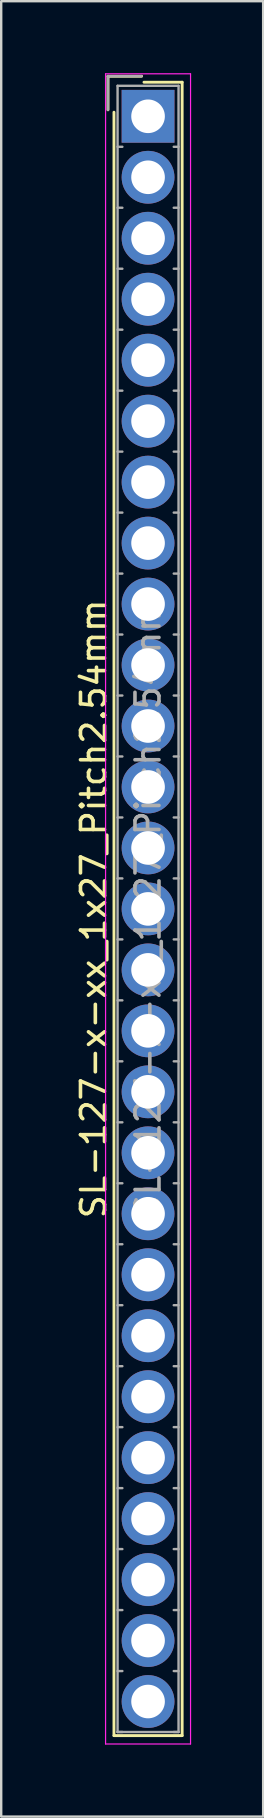
<source format=kicad_pcb>
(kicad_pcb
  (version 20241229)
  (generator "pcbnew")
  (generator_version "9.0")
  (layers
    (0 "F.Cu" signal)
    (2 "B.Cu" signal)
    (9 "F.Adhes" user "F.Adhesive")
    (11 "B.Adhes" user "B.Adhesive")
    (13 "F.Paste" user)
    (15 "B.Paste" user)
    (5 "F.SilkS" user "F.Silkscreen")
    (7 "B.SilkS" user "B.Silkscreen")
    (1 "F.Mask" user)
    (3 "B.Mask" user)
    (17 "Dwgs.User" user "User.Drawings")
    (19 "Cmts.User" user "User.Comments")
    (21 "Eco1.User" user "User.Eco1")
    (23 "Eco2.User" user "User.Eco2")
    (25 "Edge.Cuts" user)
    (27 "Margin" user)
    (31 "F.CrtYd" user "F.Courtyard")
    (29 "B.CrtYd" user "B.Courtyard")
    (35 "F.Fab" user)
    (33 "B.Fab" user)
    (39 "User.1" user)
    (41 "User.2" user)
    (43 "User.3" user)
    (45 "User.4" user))
  (footprint "SL-127-x-xx_1x27_Pitch2.54mm"
    (layer "F.Cu")
    (at 3.118 1.795)
    (property "Reference" "SL-127-x-xx_1x27_Pitch2.54mm" (at -2.27 33.02 90) (layer "F.SilkS") (effects (font (size 1 1) (thickness 0.15))))
    (attr through_hole)
    (fp_line (start -1.67 -1.67) (end -1.67 -0.27) (stroke (width 0.12) (type solid)) (layer "F.SilkS"))
    (fp_line (start -1.42 67.46) (end -1.42 -0.17) (stroke (width 0.12) (type solid)) (layer "F.SilkS"))
    (fp_line (start -0.27 -1.67) (end -1.67 -1.67) (stroke (width 0.12) (type solid)) (layer "F.SilkS"))
    (fp_line (start -0.17 -1.42) (end 1.42 -1.42) (stroke (width 0.12) (type solid)) (layer "F.SilkS"))
    (fp_line (start 1.42 -1.42) (end 1.42 67.46) (stroke (width 0.12) (type solid)) (layer "F.SilkS"))
    (fp_line (start 1.42 67.46) (end -1.42 67.46) (stroke (width 0.12) (type solid)) (layer "F.SilkS"))
    (fp_line (start -1.77 -1.77) (end -1.77 67.81) (stroke (width 0.05) (type solid)) (layer "F.CrtYd"))
    (fp_line (start -1.77 67.81) (end 1.77 67.81) (stroke (width 0.05) (type solid)) (layer "F.CrtYd"))
    (fp_line (start 1.77 -1.77) (end -1.77 -1.77) (stroke (width 0.05) (type solid)) (layer "F.CrtYd"))
    (fp_line (start 1.77 67.81) (end 1.77 -1.77) (stroke (width 0.05) (type solid)) (layer "F.CrtYd"))
    (fp_line (start -1.67 -1.67) (end -1.67 -0.27) (stroke (width 0.1) (type solid)) (layer "F.Fab"))
    (fp_line (start -1.27 -1.27) (end -1.27 67.31) (stroke (width 0.1) (type solid)) (layer "F.Fab"))
    (fp_line (start -1.27 1.27) (end -1.07 1.27) (stroke (width 0.1) (type solid)) (layer "F.Fab"))
    (fp_line (start -1.27 3.81) (end -1.07 3.81) (stroke (width 0.1) (type solid)) (layer "F.Fab"))
    (fp_line (start -1.27 6.35) (end -1.07 6.35) (stroke (width 0.1) (type solid)) (layer "F.Fab"))
    (fp_line (start -1.27 8.89) (end -1.07 8.89) (stroke (width 0.1) (type solid)) (layer "F.Fab"))
    (fp_line (start -1.27 11.43) (end -1.07 11.43) (stroke (width 0.1) (type solid)) (layer "F.Fab"))
    (fp_line (start -1.27 13.97) (end -1.07 13.97) (stroke (width 0.1) (type solid)) (layer "F.Fab"))
    (fp_line (start -1.27 16.51) (end -1.07 16.51) (stroke (width 0.1) (type solid)) (layer "F.Fab"))
    (fp_line (start -1.27 19.05) (end -1.07 19.05) (stroke (width 0.1) (type solid)) (layer "F.Fab"))
    (fp_line (start -1.27 21.59) (end -1.07 21.59) (stroke (width 0.1) (type solid)) (layer "F.Fab"))
    (fp_line (start -1.27 24.13) (end -1.07 24.13) (stroke (width 0.1) (type solid)) (layer "F.Fab"))
    (fp_line (start -1.27 26.67) (end -1.07 26.67) (stroke (width 0.1) (type solid)) (layer "F.Fab"))
    (fp_line (start -1.27 29.21) (end -1.07 29.21) (stroke (width 0.1) (type solid)) (layer "F.Fab"))
    (fp_line (start -1.27 31.75) (end -1.07 31.75) (stroke (width 0.1) (type solid)) (layer "F.Fab"))
    (fp_line (start -1.27 34.29) (end -1.07 34.29) (stroke (width 0.1) (type solid)) (layer "F.Fab"))
    (fp_line (start -1.27 36.83) (end -1.07 36.83) (stroke (width 0.1) (type solid)) (layer "F.Fab"))
    (fp_line (start -1.27 39.37) (end -1.07 39.37) (stroke (width 0.1) (type solid)) (layer "F.Fab"))
    (fp_line (start -1.27 41.91) (end -1.07 41.91) (stroke (width 0.1) (type solid)) (layer "F.Fab"))
    (fp_line (start -1.27 44.45) (end -1.07 44.45) (stroke (width 0.1) (type solid)) (layer "F.Fab"))
    (fp_line (start -1.27 46.99) (end -1.07 46.99) (stroke (width 0.1) (type solid)) (layer "F.Fab"))
    (fp_line (start -1.27 49.53) (end -1.07 49.53) (stroke (width 0.1) (type solid)) (layer "F.Fab"))
    (fp_line (start -1.27 52.07) (end -1.07 52.07) (stroke (width 0.1) (type solid)) (layer "F.Fab"))
    (fp_line (start -1.27 54.61) (end -1.07 54.61) (stroke (width 0.1) (type solid)) (layer "F.Fab"))
    (fp_line (start -1.27 57.15) (end -1.07 57.15) (stroke (width 0.1) (type solid)) (layer "F.Fab"))
    (fp_line (start -1.27 59.69) (end -1.07 59.69) (stroke (width 0.1) (type solid)) (layer "F.Fab"))
    (fp_line (start -1.27 62.23) (end -1.07 62.23) (stroke (width 0.1) (type solid)) (layer "F.Fab"))
    (fp_line (start -1.27 64.77) (end -1.07 64.77) (stroke (width 0.1) (type solid)) (layer "F.Fab"))
    (fp_line (start -1.27 67.31) (end -1.07 67.31) (stroke (width 0.1) (type solid)) (layer "F.Fab"))
    (fp_line (start -1.27 67.31) (end 1.27 67.31) (stroke (width 0.1) (type solid)) (layer "F.Fab"))
    (fp_line (start -0.27 -1.67) (end -1.67 -1.67) (stroke (width 0.1) (type solid)) (layer "F.Fab"))
    (fp_line (start 1.27 -1.27) (end -1.27 -1.27) (stroke (width 0.1) (type solid)) (layer "F.Fab"))
    (fp_line (start 1.27 1.27) (end 1.07 1.27) (stroke (width 0.1) (type solid)) (layer "F.Fab"))
    (fp_line (start 1.27 3.81) (end 1.07 3.81) (stroke (width 0.1) (type solid)) (layer "F.Fab"))
    (fp_line (start 1.27 6.35) (end 1.07 6.35) (stroke (width 0.1) (type solid)) (layer "F.Fab"))
    (fp_line (start 1.27 8.89) (end 1.07 8.89) (stroke (width 0.1) (type solid)) (layer "F.Fab"))
    (fp_line (start 1.27 11.43) (end 1.07 11.43) (stroke (width 0.1) (type solid)) (layer "F.Fab"))
    (fp_line (start 1.27 13.97) (end 1.07 13.97) (stroke (width 0.1) (type solid)) (layer "F.Fab"))
    (fp_line (start 1.27 16.51) (end 1.07 16.51) (stroke (width 0.1) (type solid)) (layer "F.Fab"))
    (fp_line (start 1.27 19.05) (end 1.07 19.05) (stroke (width 0.1) (type solid)) (layer "F.Fab"))
    (fp_line (start 1.27 21.59) (end 1.07 21.59) (stroke (width 0.1) (type solid)) (layer "F.Fab"))
    (fp_line (start 1.27 24.13) (end 1.07 24.13) (stroke (width 0.1) (type solid)) (layer "F.Fab"))
    (fp_line (start 1.27 26.67) (end 1.07 26.67) (stroke (width 0.1) (type solid)) (layer "F.Fab"))
    (fp_line (start 1.27 29.21) (end 1.07 29.21) (stroke (width 0.1) (type solid)) (layer "F.Fab"))
    (fp_line (start 1.27 31.75) (end 1.07 31.75) (stroke (width 0.1) (type solid)) (layer "F.Fab"))
    (fp_line (start 1.27 34.29) (end 1.07 34.29) (stroke (width 0.1) (type solid)) (layer "F.Fab"))
    (fp_line (start 1.27 36.83) (end 1.07 36.83) (stroke (width 0.1) (type solid)) (layer "F.Fab"))
    (fp_line (start 1.27 39.37) (end 1.07 39.37) (stroke (width 0.1) (type solid)) (layer "F.Fab"))
    (fp_line (start 1.27 41.91) (end 1.07 41.91) (stroke (width 0.1) (type solid)) (layer "F.Fab"))
    (fp_line (start 1.27 44.45) (end 1.07 44.45) (stroke (width 0.1) (type solid)) (layer "F.Fab"))
    (fp_line (start 1.27 46.99) (end 1.07 46.99) (stroke (width 0.1) (type solid)) (layer "F.Fab"))
    (fp_line (start 1.27 49.53) (end 1.07 49.53) (stroke (width 0.1) (type solid)) (layer "F.Fab"))
    (fp_line (start 1.27 52.07) (end 1.07 52.07) (stroke (width 0.1) (type solid)) (layer "F.Fab"))
    (fp_line (start 1.27 54.61) (end 1.07 54.61) (stroke (width 0.1) (type solid)) (layer "F.Fab"))
    (fp_line (start 1.27 57.15) (end 1.07 57.15) (stroke (width 0.1) (type solid)) (layer "F.Fab"))
    (fp_line (start 1.27 59.69) (end 1.07 59.69) (stroke (width 0.1) (type solid)) (layer "F.Fab"))
    (fp_line (start 1.27 62.23) (end 1.07 62.23) (stroke (width 0.1) (type solid)) (layer "F.Fab"))
    (fp_line (start 1.27 64.77) (end 1.07 64.77) (stroke (width 0.1) (type solid)) (layer "F.Fab"))
    (fp_line (start 1.27 67.31) (end 1.07 67.31) (stroke (width 0.1) (type solid)) (layer "F.Fab"))
    (fp_line (start 1.27 67.31) (end 1.27 -1.27) (stroke (width 0.1) (type solid)) (layer "F.Fab"))
    (fp_text user "${REFERENCE}" (at 0 33.02 90) (layer "F.Fab") (effects (font (size 1 1) (thickness 0.15))))
    (pad "1" thru_hole rect (at 0 0) (size 2.2 2.2) (drill 1.4) (layers "*.Cu" "*.Mask"))
    (pad "2" thru_hole circle (at 0 2.54) (size 2.2 2.2) (drill 1.4) (layers "*.Cu" "*.Mask"))
    (pad "3" thru_hole circle (at 0 5.08) (size 2.2 2.2) (drill 1.4) (layers "*.Cu" "*.Mask"))
    (pad "4" thru_hole circle (at 0 7.62) (size 2.2 2.2) (drill 1.4) (layers "*.Cu" "*.Mask"))
    (pad "5" thru_hole circle (at 0 10.16) (size 2.2 2.2) (drill 1.4) (layers "*.Cu" "*.Mask"))
    (pad "6" thru_hole circle (at 0 12.7) (size 2.2 2.2) (drill 1.4) (layers "*.Cu" "*.Mask"))
    (pad "7" thru_hole circle (at 0 15.24) (size 2.2 2.2) (drill 1.4) (layers "*.Cu" "*.Mask"))
    (pad "8" thru_hole circle (at 0 17.78) (size 2.2 2.2) (drill 1.4) (layers "*.Cu" "*.Mask"))
    (pad "9" thru_hole circle (at 0 20.32) (size 2.2 2.2) (drill 1.4) (layers "*.Cu" "*.Mask"))
    (pad "10" thru_hole circle (at 0 22.86) (size 2.2 2.2) (drill 1.4) (layers "*.Cu" "*.Mask"))
    (pad "11" thru_hole circle (at 0 25.4) (size 2.2 2.2) (drill 1.4) (layers "*.Cu" "*.Mask"))
    (pad "12" thru_hole circle (at 0 27.94) (size 2.2 2.2) (drill 1.4) (layers "*.Cu" "*.Mask"))
    (pad "13" thru_hole circle (at 0 30.48) (size 2.2 2.2) (drill 1.4) (layers "*.Cu" "*.Mask"))
    (pad "14" thru_hole circle (at 0 33.02) (size 2.2 2.2) (drill 1.4) (layers "*.Cu" "*.Mask"))
    (pad "15" thru_hole circle (at 0 35.56) (size 2.2 2.2) (drill 1.4) (layers "*.Cu" "*.Mask"))
    (pad "16" thru_hole circle (at 0 38.1) (size 2.2 2.2) (drill 1.4) (layers "*.Cu" "*.Mask"))
    (pad "17" thru_hole circle (at 0 40.64) (size 2.2 2.2) (drill 1.4) (layers "*.Cu" "*.Mask"))
    (pad "18" thru_hole circle (at 0 43.18) (size 2.2 2.2) (drill 1.4) (layers "*.Cu" "*.Mask"))
    (pad "19" thru_hole circle (at 0 45.72) (size 2.2 2.2) (drill 1.4) (layers "*.Cu" "*.Mask"))
    (pad "20" thru_hole circle (at 0 48.26) (size 2.2 2.2) (drill 1.4) (layers "*.Cu" "*.Mask"))
    (pad "21" thru_hole circle (at 0 50.8) (size 2.2 2.2) (drill 1.4) (layers "*.Cu" "*.Mask"))
    (pad "22" thru_hole circle (at 0 53.34) (size 2.2 2.2) (drill 1.4) (layers "*.Cu" "*.Mask"))
    (pad "23" thru_hole circle (at 0 55.88) (size 2.2 2.2) (drill 1.4) (layers "*.Cu" "*.Mask"))
    (pad "24" thru_hole circle (at 0 58.42) (size 2.2 2.2) (drill 1.4) (layers "*.Cu" "*.Mask"))
    (pad "25" thru_hole circle (at 0 60.96) (size 2.2 2.2) (drill 1.4) (layers "*.Cu" "*.Mask"))
    (pad "26" thru_hole circle (at 0 63.5) (size 2.2 2.2) (drill 1.4) (layers "*.Cu" "*.Mask"))
    (pad "27" thru_hole circle (at 0 66.04) (size 2.2 2.2) (drill 1.4) (layers "*.Cu" "*.Mask")))
  (gr_rect
    (start -3 -3)
    (end 7.913 72.63)
    (stroke (width 0.1) (type default))
    (fill no)
    (layer "Edge.Cuts")))
</source>
